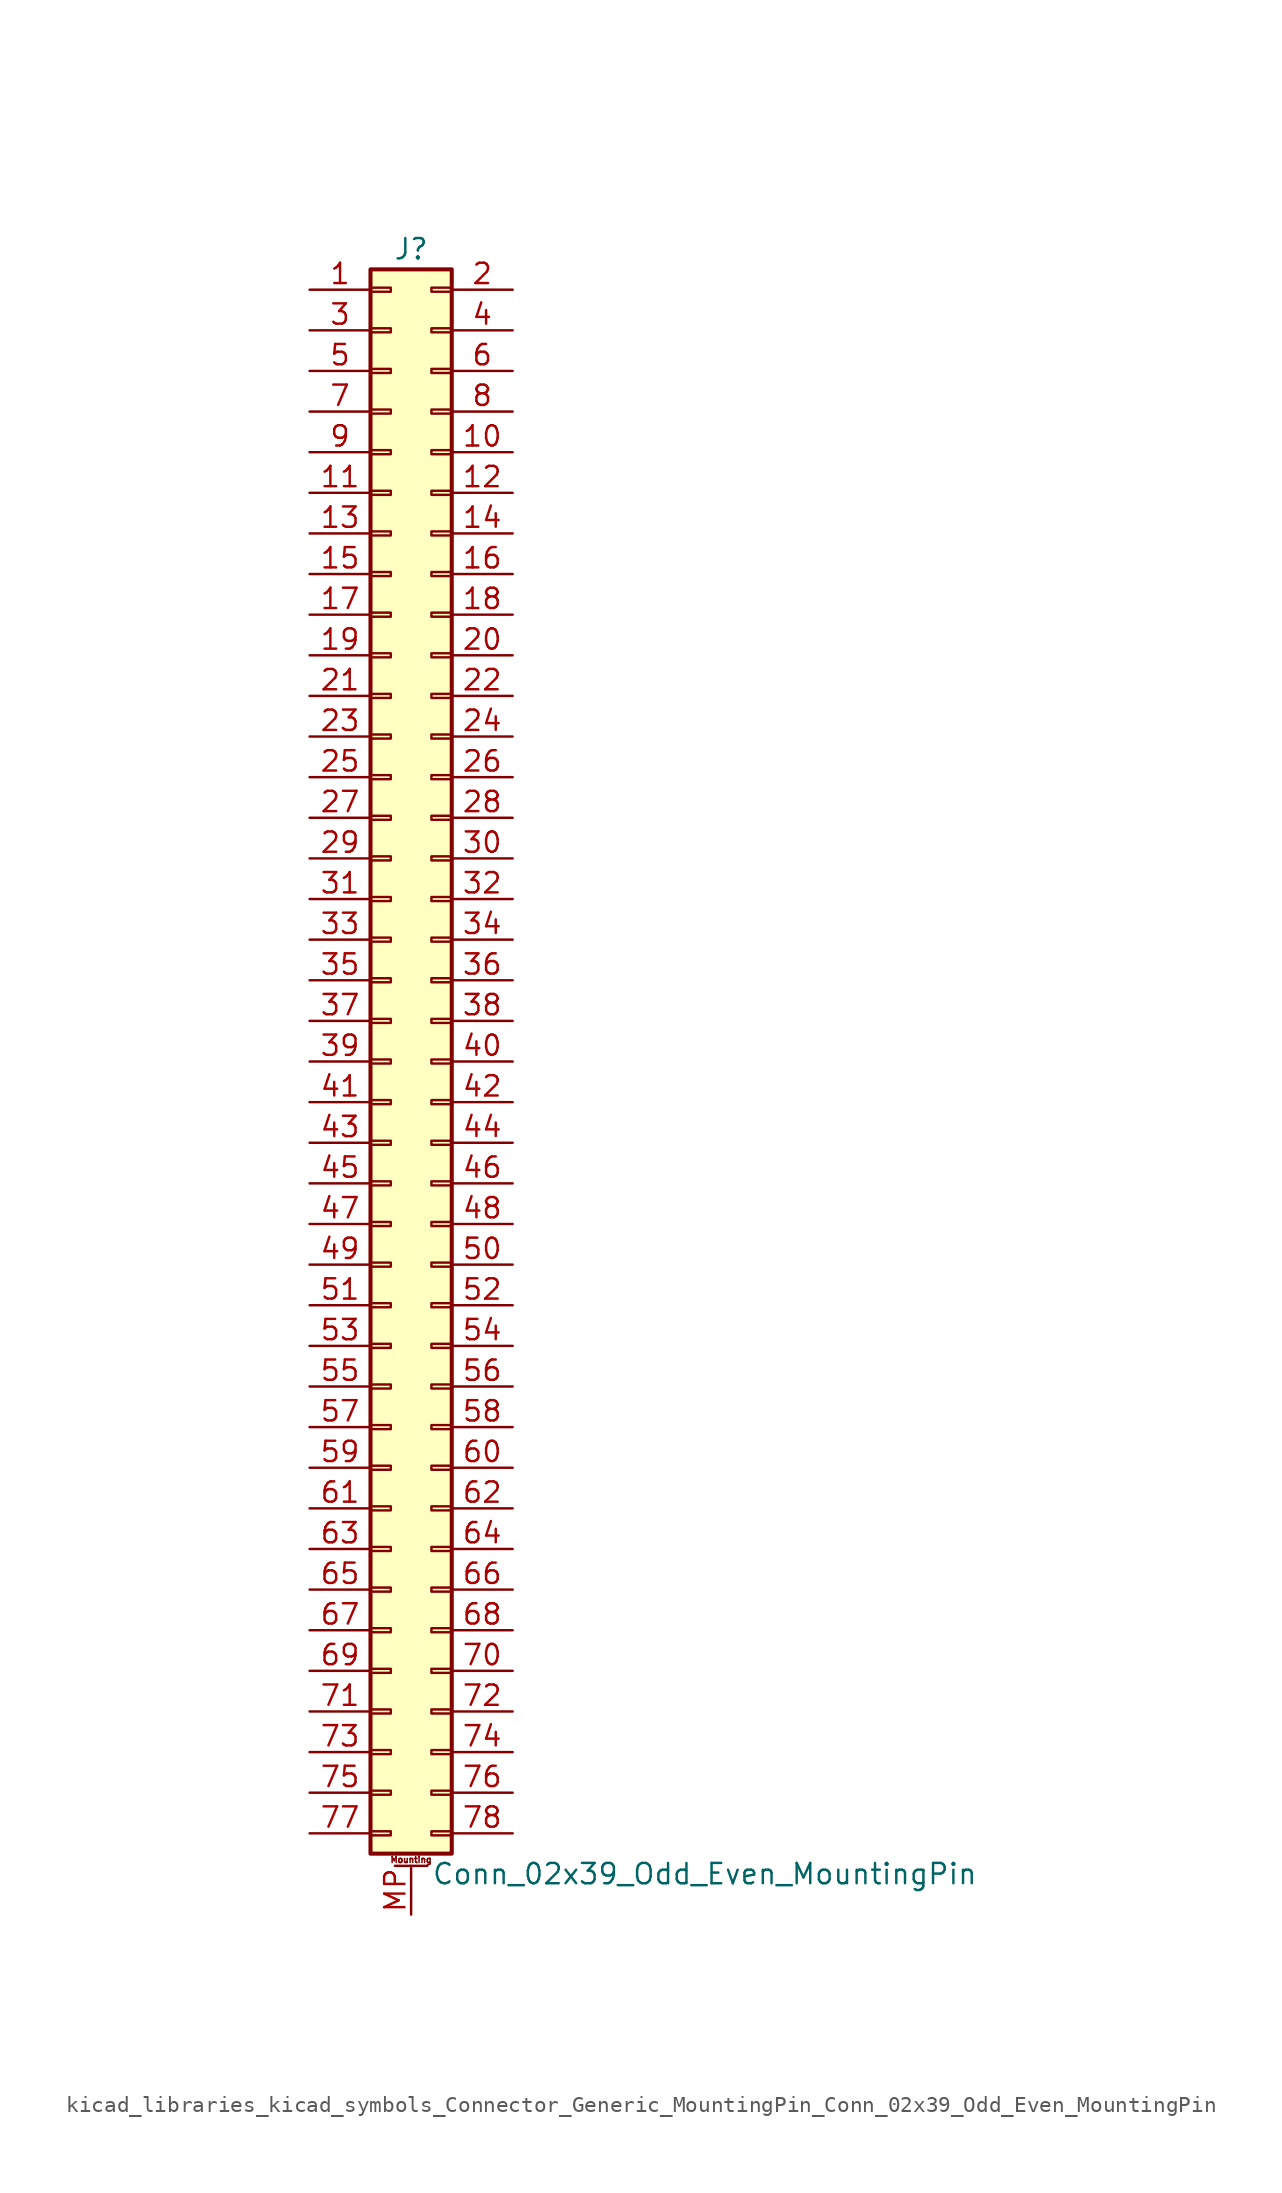
<source format=kicad_sym>
(kicad_symbol_lib
  (version 20220914)
  (generator kicad_symbol_editor)
  (symbol "kicad_libraries_kicad_symbols_Connector_Generic_MountingPin_Conn_02x39_Odd_Even_MountingPin"
    (pin_names
      (offset 1.016) hide)
    (property "Reference" "J"
      (at 1.27 50.8 0)
      (effects (font (size 1.27 1.27))))
    (property "Value" "Conn_02x39_Odd_Even_MountingPin"
      (at 2.54 -50.8 0)
      (effects (font (size 1.27 1.27)) (justify left)))
    (symbol "kicad_libraries_kicad_symbols_Connector_Generic_MountingPin_Conn_02x39_Odd_Even_MountingPin_1_1"
      (rectangle (start -1.27 -48.133) (end 0 -48.387) (stroke (width 0.152) (type default)) (fill (type none)))
      (rectangle (start -1.27 -45.593) (end 0 -45.847) (stroke (width 0.152) (type default)) (fill (type none)))
      (rectangle (start -1.27 -43.053) (end 0 -43.307) (stroke (width 0.152) (type default)) (fill (type none)))
      (rectangle (start -1.27 -40.513) (end 0 -40.767) (stroke (width 0.152) (type default)) (fill (type none)))
      (rectangle (start -1.27 -37.973) (end 0 -38.227) (stroke (width 0.152) (type default)) (fill (type none)))
      (rectangle (start -1.27 -35.433) (end 0 -35.687) (stroke (width 0.152) (type default)) (fill (type none)))
      (rectangle (start -1.27 -32.893) (end 0 -33.147) (stroke (width 0.152) (type default)) (fill (type none)))
      (rectangle (start -1.27 -30.353) (end 0 -30.607) (stroke (width 0.152) (type default)) (fill (type none)))
      (rectangle (start -1.27 -27.813) (end 0 -28.067) (stroke (width 0.152) (type default)) (fill (type none)))
      (rectangle (start -1.27 -25.273) (end 0 -25.527) (stroke (width 0.152) (type default)) (fill (type none)))
      (rectangle (start -1.27 -22.733) (end 0 -22.987) (stroke (width 0.152) (type default)) (fill (type none)))
      (rectangle (start -1.27 -20.193) (end 0 -20.447) (stroke (width 0.152) (type default)) (fill (type none)))
      (rectangle (start -1.27 -17.653) (end 0 -17.907) (stroke (width 0.152) (type default)) (fill (type none)))
      (rectangle (start -1.27 -15.113) (end 0 -15.367) (stroke (width 0.152) (type default)) (fill (type none)))
      (rectangle (start -1.27 -12.573) (end 0 -12.827) (stroke (width 0.152) (type default)) (fill (type none)))
      (rectangle (start -1.27 -10.033) (end 0 -10.287) (stroke (width 0.152) (type default)) (fill (type none)))
      (rectangle (start -1.27 -7.493) (end 0 -7.747) (stroke (width 0.152) (type default)) (fill (type none)))
      (rectangle (start -1.27 -4.953) (end 0 -5.207) (stroke (width 0.152) (type default)) (fill (type none)))
      (rectangle (start -1.27 -2.413) (end 0 -2.667) (stroke (width 0.152) (type default)) (fill (type none)))
      (rectangle (start -1.27 0.127) (end 0 -0.127) (stroke (width 0.152) (type default)) (fill (type none)))
      (rectangle (start -1.27 2.667) (end 0 2.413) (stroke (width 0.152) (type default)) (fill (type none)))
      (rectangle (start -1.27 5.207) (end 0 4.953) (stroke (width 0.152) (type default)) (fill (type none)))
      (rectangle (start -1.27 7.747) (end 0 7.493) (stroke (width 0.152) (type default)) (fill (type none)))
      (rectangle (start -1.27 10.287) (end 0 10.033) (stroke (width 0.152) (type default)) (fill (type none)))
      (rectangle (start -1.27 12.827) (end 0 12.573) (stroke (width 0.152) (type default)) (fill (type none)))
      (rectangle (start -1.27 15.367) (end 0 15.113) (stroke (width 0.152) (type default)) (fill (type none)))
      (rectangle (start -1.27 17.907) (end 0 17.653) (stroke (width 0.152) (type default)) (fill (type none)))
      (rectangle (start -1.27 20.447) (end 0 20.193) (stroke (width 0.152) (type default)) (fill (type none)))
      (rectangle (start -1.27 22.987) (end 0 22.733) (stroke (width 0.152) (type default)) (fill (type none)))
      (rectangle (start -1.27 25.527) (end 0 25.273) (stroke (width 0.152) (type default)) (fill (type none)))
      (rectangle (start -1.27 28.067) (end 0 27.813) (stroke (width 0.152) (type default)) (fill (type none)))
      (rectangle (start -1.27 30.607) (end 0 30.353) (stroke (width 0.152) (type default)) (fill (type none)))
      (rectangle (start -1.27 33.147) (end 0 32.893) (stroke (width 0.152) (type default)) (fill (type none)))
      (rectangle (start -1.27 35.687) (end 0 35.433) (stroke (width 0.152) (type default)) (fill (type none)))
      (rectangle (start -1.27 38.227) (end 0 37.973) (stroke (width 0.152) (type default)) (fill (type none)))
      (rectangle (start -1.27 40.767) (end 0 40.513) (stroke (width 0.152) (type default)) (fill (type none)))
      (rectangle (start -1.27 43.307) (end 0 43.053) (stroke (width 0.152) (type default)) (fill (type none)))
      (rectangle (start -1.27 45.847) (end 0 45.593) (stroke (width 0.152) (type default)) (fill (type none)))
      (rectangle (start -1.27 48.387) (end 0 48.133) (stroke (width 0.152) (type default)) (fill (type none)))
      (rectangle (start -1.27 49.53) (end 3.81 -49.53) (stroke (width 0.254) (type default)) (fill (type background)))
      (polyline (pts (xy 0.254 -50.292) (xy 2.286 -50.292)) (stroke (width 0.152) (type default)) (fill (type none)))
      (rectangle (start 3.81 -48.133) (end 2.54 -48.387) (stroke (width 0.152) (type default)) (fill (type none)))
      (rectangle (start 3.81 -45.593) (end 2.54 -45.847) (stroke (width 0.152) (type default)) (fill (type none)))
      (rectangle (start 3.81 -43.053) (end 2.54 -43.307) (stroke (width 0.152) (type default)) (fill (type none)))
      (rectangle (start 3.81 -40.513) (end 2.54 -40.767) (stroke (width 0.152) (type default)) (fill (type none)))
      (rectangle (start 3.81 -37.973) (end 2.54 -38.227) (stroke (width 0.152) (type default)) (fill (type none)))
      (rectangle (start 3.81 -35.433) (end 2.54 -35.687) (stroke (width 0.152) (type default)) (fill (type none)))
      (rectangle (start 3.81 -32.893) (end 2.54 -33.147) (stroke (width 0.152) (type default)) (fill (type none)))
      (rectangle (start 3.81 -30.353) (end 2.54 -30.607) (stroke (width 0.152) (type default)) (fill (type none)))
      (rectangle (start 3.81 -27.813) (end 2.54 -28.067) (stroke (width 0.152) (type default)) (fill (type none)))
      (rectangle (start 3.81 -25.273) (end 2.54 -25.527) (stroke (width 0.152) (type default)) (fill (type none)))
      (rectangle (start 3.81 -22.733) (end 2.54 -22.987) (stroke (width 0.152) (type default)) (fill (type none)))
      (rectangle (start 3.81 -20.193) (end 2.54 -20.447) (stroke (width 0.152) (type default)) (fill (type none)))
      (rectangle (start 3.81 -17.653) (end 2.54 -17.907) (stroke (width 0.152) (type default)) (fill (type none)))
      (rectangle (start 3.81 -15.113) (end 2.54 -15.367) (stroke (width 0.152) (type default)) (fill (type none)))
      (rectangle (start 3.81 -12.573) (end 2.54 -12.827) (stroke (width 0.152) (type default)) (fill (type none)))
      (rectangle (start 3.81 -10.033) (end 2.54 -10.287) (stroke (width 0.152) (type default)) (fill (type none)))
      (rectangle (start 3.81 -7.493) (end 2.54 -7.747) (stroke (width 0.152) (type default)) (fill (type none)))
      (rectangle (start 3.81 -4.953) (end 2.54 -5.207) (stroke (width 0.152) (type default)) (fill (type none)))
      (rectangle (start 3.81 -2.413) (end 2.54 -2.667) (stroke (width 0.152) (type default)) (fill (type none)))
      (rectangle (start 3.81 0.127) (end 2.54 -0.127) (stroke (width 0.152) (type default)) (fill (type none)))
      (rectangle (start 3.81 2.667) (end 2.54 2.413) (stroke (width 0.152) (type default)) (fill (type none)))
      (rectangle (start 3.81 5.207) (end 2.54 4.953) (stroke (width 0.152) (type default)) (fill (type none)))
      (rectangle (start 3.81 7.747) (end 2.54 7.493) (stroke (width 0.152) (type default)) (fill (type none)))
      (rectangle (start 3.81 10.287) (end 2.54 10.033) (stroke (width 0.152) (type default)) (fill (type none)))
      (rectangle (start 3.81 12.827) (end 2.54 12.573) (stroke (width 0.152) (type default)) (fill (type none)))
      (rectangle (start 3.81 15.367) (end 2.54 15.113) (stroke (width 0.152) (type default)) (fill (type none)))
      (rectangle (start 3.81 17.907) (end 2.54 17.653) (stroke (width 0.152) (type default)) (fill (type none)))
      (rectangle (start 3.81 20.447) (end 2.54 20.193) (stroke (width 0.152) (type default)) (fill (type none)))
      (rectangle (start 3.81 22.987) (end 2.54 22.733) (stroke (width 0.152) (type default)) (fill (type none)))
      (rectangle (start 3.81 25.527) (end 2.54 25.273) (stroke (width 0.152) (type default)) (fill (type none)))
      (rectangle (start 3.81 28.067) (end 2.54 27.813) (stroke (width 0.152) (type default)) (fill (type none)))
      (rectangle (start 3.81 30.607) (end 2.54 30.353) (stroke (width 0.152) (type default)) (fill (type none)))
      (rectangle (start 3.81 33.147) (end 2.54 32.893) (stroke (width 0.152) (type default)) (fill (type none)))
      (rectangle (start 3.81 35.687) (end 2.54 35.433) (stroke (width 0.152) (type default)) (fill (type none)))
      (rectangle (start 3.81 38.227) (end 2.54 37.973) (stroke (width 0.152) (type default)) (fill (type none)))
      (rectangle (start 3.81 40.767) (end 2.54 40.513) (stroke (width 0.152) (type default)) (fill (type none)))
      (rectangle (start 3.81 43.307) (end 2.54 43.053) (stroke (width 0.152) (type default)) (fill (type none)))
      (rectangle (start 3.81 45.847) (end 2.54 45.593) (stroke (width 0.152) (type default)) (fill (type none)))
      (rectangle (start 3.81 48.387) (end 2.54 48.133) (stroke (width 0.152) (type default)) (fill (type none)))
      (text "Mounting" (at 1.27 -49.911 0) (effects (font (size 0.381 0.381))))
      (pin passive line (at -5.08 48.26 0) (length 3.81) (name "Pin_1" (effects (font (size 1.27 1.27)))) (number "1" (effects (font (size 1.27 1.27)))))
      (pin passive line (at 7.62 38.1 180) (length 3.81) (name "Pin_10" (effects (font (size 1.27 1.27)))) (number "10" (effects (font (size 1.27 1.27)))))
      (pin passive line (at -5.08 35.56 0) (length 3.81) (name "Pin_11" (effects (font (size 1.27 1.27)))) (number "11" (effects (font (size 1.27 1.27)))))
      (pin passive line (at 7.62 35.56 180) (length 3.81) (name "Pin_12" (effects (font (size 1.27 1.27)))) (number "12" (effects (font (size 1.27 1.27)))))
      (pin passive line (at -5.08 33.02 0) (length 3.81) (name "Pin_13" (effects (font (size 1.27 1.27)))) (number "13" (effects (font (size 1.27 1.27)))))
      (pin passive line (at 7.62 33.02 180) (length 3.81) (name "Pin_14" (effects (font (size 1.27 1.27)))) (number "14" (effects (font (size 1.27 1.27)))))
      (pin passive line (at -5.08 30.48 0) (length 3.81) (name "Pin_15" (effects (font (size 1.27 1.27)))) (number "15" (effects (font (size 1.27 1.27)))))
      (pin passive line (at 7.62 30.48 180) (length 3.81) (name "Pin_16" (effects (font (size 1.27 1.27)))) (number "16" (effects (font (size 1.27 1.27)))))
      (pin passive line (at -5.08 27.94 0) (length 3.81) (name "Pin_17" (effects (font (size 1.27 1.27)))) (number "17" (effects (font (size 1.27 1.27)))))
      (pin passive line (at 7.62 27.94 180) (length 3.81) (name "Pin_18" (effects (font (size 1.27 1.27)))) (number "18" (effects (font (size 1.27 1.27)))))
      (pin passive line (at -5.08 25.4 0) (length 3.81) (name "Pin_19" (effects (font (size 1.27 1.27)))) (number "19" (effects (font (size 1.27 1.27)))))
      (pin passive line (at 7.62 48.26 180) (length 3.81) (name "Pin_2" (effects (font (size 1.27 1.27)))) (number "2" (effects (font (size 1.27 1.27)))))
      (pin passive line (at 7.62 25.4 180) (length 3.81) (name "Pin_20" (effects (font (size 1.27 1.27)))) (number "20" (effects (font (size 1.27 1.27)))))
      (pin passive line (at -5.08 22.86 0) (length 3.81) (name "Pin_21" (effects (font (size 1.27 1.27)))) (number "21" (effects (font (size 1.27 1.27)))))
      (pin passive line (at 7.62 22.86 180) (length 3.81) (name "Pin_22" (effects (font (size 1.27 1.27)))) (number "22" (effects (font (size 1.27 1.27)))))
      (pin passive line (at -5.08 20.32 0) (length 3.81) (name "Pin_23" (effects (font (size 1.27 1.27)))) (number "23" (effects (font (size 1.27 1.27)))))
      (pin passive line (at 7.62 20.32 180) (length 3.81) (name "Pin_24" (effects (font (size 1.27 1.27)))) (number "24" (effects (font (size 1.27 1.27)))))
      (pin passive line (at -5.08 17.78 0) (length 3.81) (name "Pin_25" (effects (font (size 1.27 1.27)))) (number "25" (effects (font (size 1.27 1.27)))))
      (pin passive line (at 7.62 17.78 180) (length 3.81) (name "Pin_26" (effects (font (size 1.27 1.27)))) (number "26" (effects (font (size 1.27 1.27)))))
      (pin passive line (at -5.08 15.24 0) (length 3.81) (name "Pin_27" (effects (font (size 1.27 1.27)))) (number "27" (effects (font (size 1.27 1.27)))))
      (pin passive line (at 7.62 15.24 180) (length 3.81) (name "Pin_28" (effects (font (size 1.27 1.27)))) (number "28" (effects (font (size 1.27 1.27)))))
      (pin passive line (at -5.08 12.7 0) (length 3.81) (name "Pin_29" (effects (font (size 1.27 1.27)))) (number "29" (effects (font (size 1.27 1.27)))))
      (pin passive line (at -5.08 45.72 0) (length 3.81) (name "Pin_3" (effects (font (size 1.27 1.27)))) (number "3" (effects (font (size 1.27 1.27)))))
      (pin passive line (at 7.62 12.7 180) (length 3.81) (name "Pin_30" (effects (font (size 1.27 1.27)))) (number "30" (effects (font (size 1.27 1.27)))))
      (pin passive line (at -5.08 10.16 0) (length 3.81) (name "Pin_31" (effects (font (size 1.27 1.27)))) (number "31" (effects (font (size 1.27 1.27)))))
      (pin passive line (at 7.62 10.16 180) (length 3.81) (name "Pin_32" (effects (font (size 1.27 1.27)))) (number "32" (effects (font (size 1.27 1.27)))))
      (pin passive line (at -5.08 7.62 0) (length 3.81) (name "Pin_33" (effects (font (size 1.27 1.27)))) (number "33" (effects (font (size 1.27 1.27)))))
      (pin passive line (at 7.62 7.62 180) (length 3.81) (name "Pin_34" (effects (font (size 1.27 1.27)))) (number "34" (effects (font (size 1.27 1.27)))))
      (pin passive line (at -5.08 5.08 0) (length 3.81) (name "Pin_35" (effects (font (size 1.27 1.27)))) (number "35" (effects (font (size 1.27 1.27)))))
      (pin passive line (at 7.62 5.08 180) (length 3.81) (name "Pin_36" (effects (font (size 1.27 1.27)))) (number "36" (effects (font (size 1.27 1.27)))))
      (pin passive line (at -5.08 2.54 0) (length 3.81) (name "Pin_37" (effects (font (size 1.27 1.27)))) (number "37" (effects (font (size 1.27 1.27)))))
      (pin passive line (at 7.62 2.54 180) (length 3.81) (name "Pin_38" (effects (font (size 1.27 1.27)))) (number "38" (effects (font (size 1.27 1.27)))))
      (pin passive line (at -5.08 0 0) (length 3.81) (name "Pin_39" (effects (font (size 1.27 1.27)))) (number "39" (effects (font (size 1.27 1.27)))))
      (pin passive line (at 7.62 45.72 180) (length 3.81) (name "Pin_4" (effects (font (size 1.27 1.27)))) (number "4" (effects (font (size 1.27 1.27)))))
      (pin passive line (at 7.62 0 180) (length 3.81) (name "Pin_40" (effects (font (size 1.27 1.27)))) (number "40" (effects (font (size 1.27 1.27)))))
      (pin passive line (at -5.08 -2.54 0) (length 3.81) (name "Pin_41" (effects (font (size 1.27 1.27)))) (number "41" (effects (font (size 1.27 1.27)))))
      (pin passive line (at 7.62 -2.54 180) (length 3.81) (name "Pin_42" (effects (font (size 1.27 1.27)))) (number "42" (effects (font (size 1.27 1.27)))))
      (pin passive line (at -5.08 -5.08 0) (length 3.81) (name "Pin_43" (effects (font (size 1.27 1.27)))) (number "43" (effects (font (size 1.27 1.27)))))
      (pin passive line (at 7.62 -5.08 180) (length 3.81) (name "Pin_44" (effects (font (size 1.27 1.27)))) (number "44" (effects (font (size 1.27 1.27)))))
      (pin passive line (at -5.08 -7.62 0) (length 3.81) (name "Pin_45" (effects (font (size 1.27 1.27)))) (number "45" (effects (font (size 1.27 1.27)))))
      (pin passive line (at 7.62 -7.62 180) (length 3.81) (name "Pin_46" (effects (font (size 1.27 1.27)))) (number "46" (effects (font (size 1.27 1.27)))))
      (pin passive line (at -5.08 -10.16 0) (length 3.81) (name "Pin_47" (effects (font (size 1.27 1.27)))) (number "47" (effects (font (size 1.27 1.27)))))
      (pin passive line (at 7.62 -10.16 180) (length 3.81) (name "Pin_48" (effects (font (size 1.27 1.27)))) (number "48" (effects (font (size 1.27 1.27)))))
      (pin passive line (at -5.08 -12.7 0) (length 3.81) (name "Pin_49" (effects (font (size 1.27 1.27)))) (number "49" (effects (font (size 1.27 1.27)))))
      (pin passive line (at -5.08 43.18 0) (length 3.81) (name "Pin_5" (effects (font (size 1.27 1.27)))) (number "5" (effects (font (size 1.27 1.27)))))
      (pin passive line (at 7.62 -12.7 180) (length 3.81) (name "Pin_50" (effects (font (size 1.27 1.27)))) (number "50" (effects (font (size 1.27 1.27)))))
      (pin passive line (at -5.08 -15.24 0) (length 3.81) (name "Pin_51" (effects (font (size 1.27 1.27)))) (number "51" (effects (font (size 1.27 1.27)))))
      (pin passive line (at 7.62 -15.24 180) (length 3.81) (name "Pin_52" (effects (font (size 1.27 1.27)))) (number "52" (effects (font (size 1.27 1.27)))))
      (pin passive line (at -5.08 -17.78 0) (length 3.81) (name "Pin_53" (effects (font (size 1.27 1.27)))) (number "53" (effects (font (size 1.27 1.27)))))
      (pin passive line (at 7.62 -17.78 180) (length 3.81) (name "Pin_54" (effects (font (size 1.27 1.27)))) (number "54" (effects (font (size 1.27 1.27)))))
      (pin passive line (at -5.08 -20.32 0) (length 3.81) (name "Pin_55" (effects (font (size 1.27 1.27)))) (number "55" (effects (font (size 1.27 1.27)))))
      (pin passive line (at 7.62 -20.32 180) (length 3.81) (name "Pin_56" (effects (font (size 1.27 1.27)))) (number "56" (effects (font (size 1.27 1.27)))))
      (pin passive line (at -5.08 -22.86 0) (length 3.81) (name "Pin_57" (effects (font (size 1.27 1.27)))) (number "57" (effects (font (size 1.27 1.27)))))
      (pin passive line (at 7.62 -22.86 180) (length 3.81) (name "Pin_58" (effects (font (size 1.27 1.27)))) (number "58" (effects (font (size 1.27 1.27)))))
      (pin passive line (at -5.08 -25.4 0) (length 3.81) (name "Pin_59" (effects (font (size 1.27 1.27)))) (number "59" (effects (font (size 1.27 1.27)))))
      (pin passive line (at 7.62 43.18 180) (length 3.81) (name "Pin_6" (effects (font (size 1.27 1.27)))) (number "6" (effects (font (size 1.27 1.27)))))
      (pin passive line (at 7.62 -25.4 180) (length 3.81) (name "Pin_60" (effects (font (size 1.27 1.27)))) (number "60" (effects (font (size 1.27 1.27)))))
      (pin passive line (at -5.08 -27.94 0) (length 3.81) (name "Pin_61" (effects (font (size 1.27 1.27)))) (number "61" (effects (font (size 1.27 1.27)))))
      (pin passive line (at 7.62 -27.94 180) (length 3.81) (name "Pin_62" (effects (font (size 1.27 1.27)))) (number "62" (effects (font (size 1.27 1.27)))))
      (pin passive line (at -5.08 -30.48 0) (length 3.81) (name "Pin_63" (effects (font (size 1.27 1.27)))) (number "63" (effects (font (size 1.27 1.27)))))
      (pin passive line (at 7.62 -30.48 180) (length 3.81) (name "Pin_64" (effects (font (size 1.27 1.27)))) (number "64" (effects (font (size 1.27 1.27)))))
      (pin passive line (at -5.08 -33.02 0) (length 3.81) (name "Pin_65" (effects (font (size 1.27 1.27)))) (number "65" (effects (font (size 1.27 1.27)))))
      (pin passive line (at 7.62 -33.02 180) (length 3.81) (name "Pin_66" (effects (font (size 1.27 1.27)))) (number "66" (effects (font (size 1.27 1.27)))))
      (pin passive line (at -5.08 -35.56 0) (length 3.81) (name "Pin_67" (effects (font (size 1.27 1.27)))) (number "67" (effects (font (size 1.27 1.27)))))
      (pin passive line (at 7.62 -35.56 180) (length 3.81) (name "Pin_68" (effects (font (size 1.27 1.27)))) (number "68" (effects (font (size 1.27 1.27)))))
      (pin passive line (at -5.08 -38.1 0) (length 3.81) (name "Pin_69" (effects (font (size 1.27 1.27)))) (number "69" (effects (font (size 1.27 1.27)))))
      (pin passive line (at -5.08 40.64 0) (length 3.81) (name "Pin_7" (effects (font (size 1.27 1.27)))) (number "7" (effects (font (size 1.27 1.27)))))
      (pin passive line (at 7.62 -38.1 180) (length 3.81) (name "Pin_70" (effects (font (size 1.27 1.27)))) (number "70" (effects (font (size 1.27 1.27)))))
      (pin passive line (at -5.08 -40.64 0) (length 3.81) (name "Pin_71" (effects (font (size 1.27 1.27)))) (number "71" (effects (font (size 1.27 1.27)))))
      (pin passive line (at 7.62 -40.64 180) (length 3.81) (name "Pin_72" (effects (font (size 1.27 1.27)))) (number "72" (effects (font (size 1.27 1.27)))))
      (pin passive line (at -5.08 -43.18 0) (length 3.81) (name "Pin_73" (effects (font (size 1.27 1.27)))) (number "73" (effects (font (size 1.27 1.27)))))
      (pin passive line (at 7.62 -43.18 180) (length 3.81) (name "Pin_74" (effects (font (size 1.27 1.27)))) (number "74" (effects (font (size 1.27 1.27)))))
      (pin passive line (at -5.08 -45.72 0) (length 3.81) (name "Pin_75" (effects (font (size 1.27 1.27)))) (number "75" (effects (font (size 1.27 1.27)))))
      (pin passive line (at 7.62 -45.72 180) (length 3.81) (name "Pin_76" (effects (font (size 1.27 1.27)))) (number "76" (effects (font (size 1.27 1.27)))))
      (pin passive line (at -5.08 -48.26 0) (length 3.81) (name "Pin_77" (effects (font (size 1.27 1.27)))) (number "77" (effects (font (size 1.27 1.27)))))
      (pin passive line (at 7.62 -48.26 180) (length 3.81) (name "Pin_78" (effects (font (size 1.27 1.27)))) (number "78" (effects (font (size 1.27 1.27)))))
      (pin passive line (at 7.62 40.64 180) (length 3.81) (name "Pin_8" (effects (font (size 1.27 1.27)))) (number "8" (effects (font (size 1.27 1.27)))))
      (pin passive line (at -5.08 38.1 0) (length 3.81) (name "Pin_9" (effects (font (size 1.27 1.27)))) (number "9" (effects (font (size 1.27 1.27)))))
      (pin passive line (at 1.27 -53.34 90) (length 3.048) (name "MountPin" (effects (font (size 1.27 1.27)))) (number "MP" (effects (font (size 1.27 1.27))))))))
</source>
